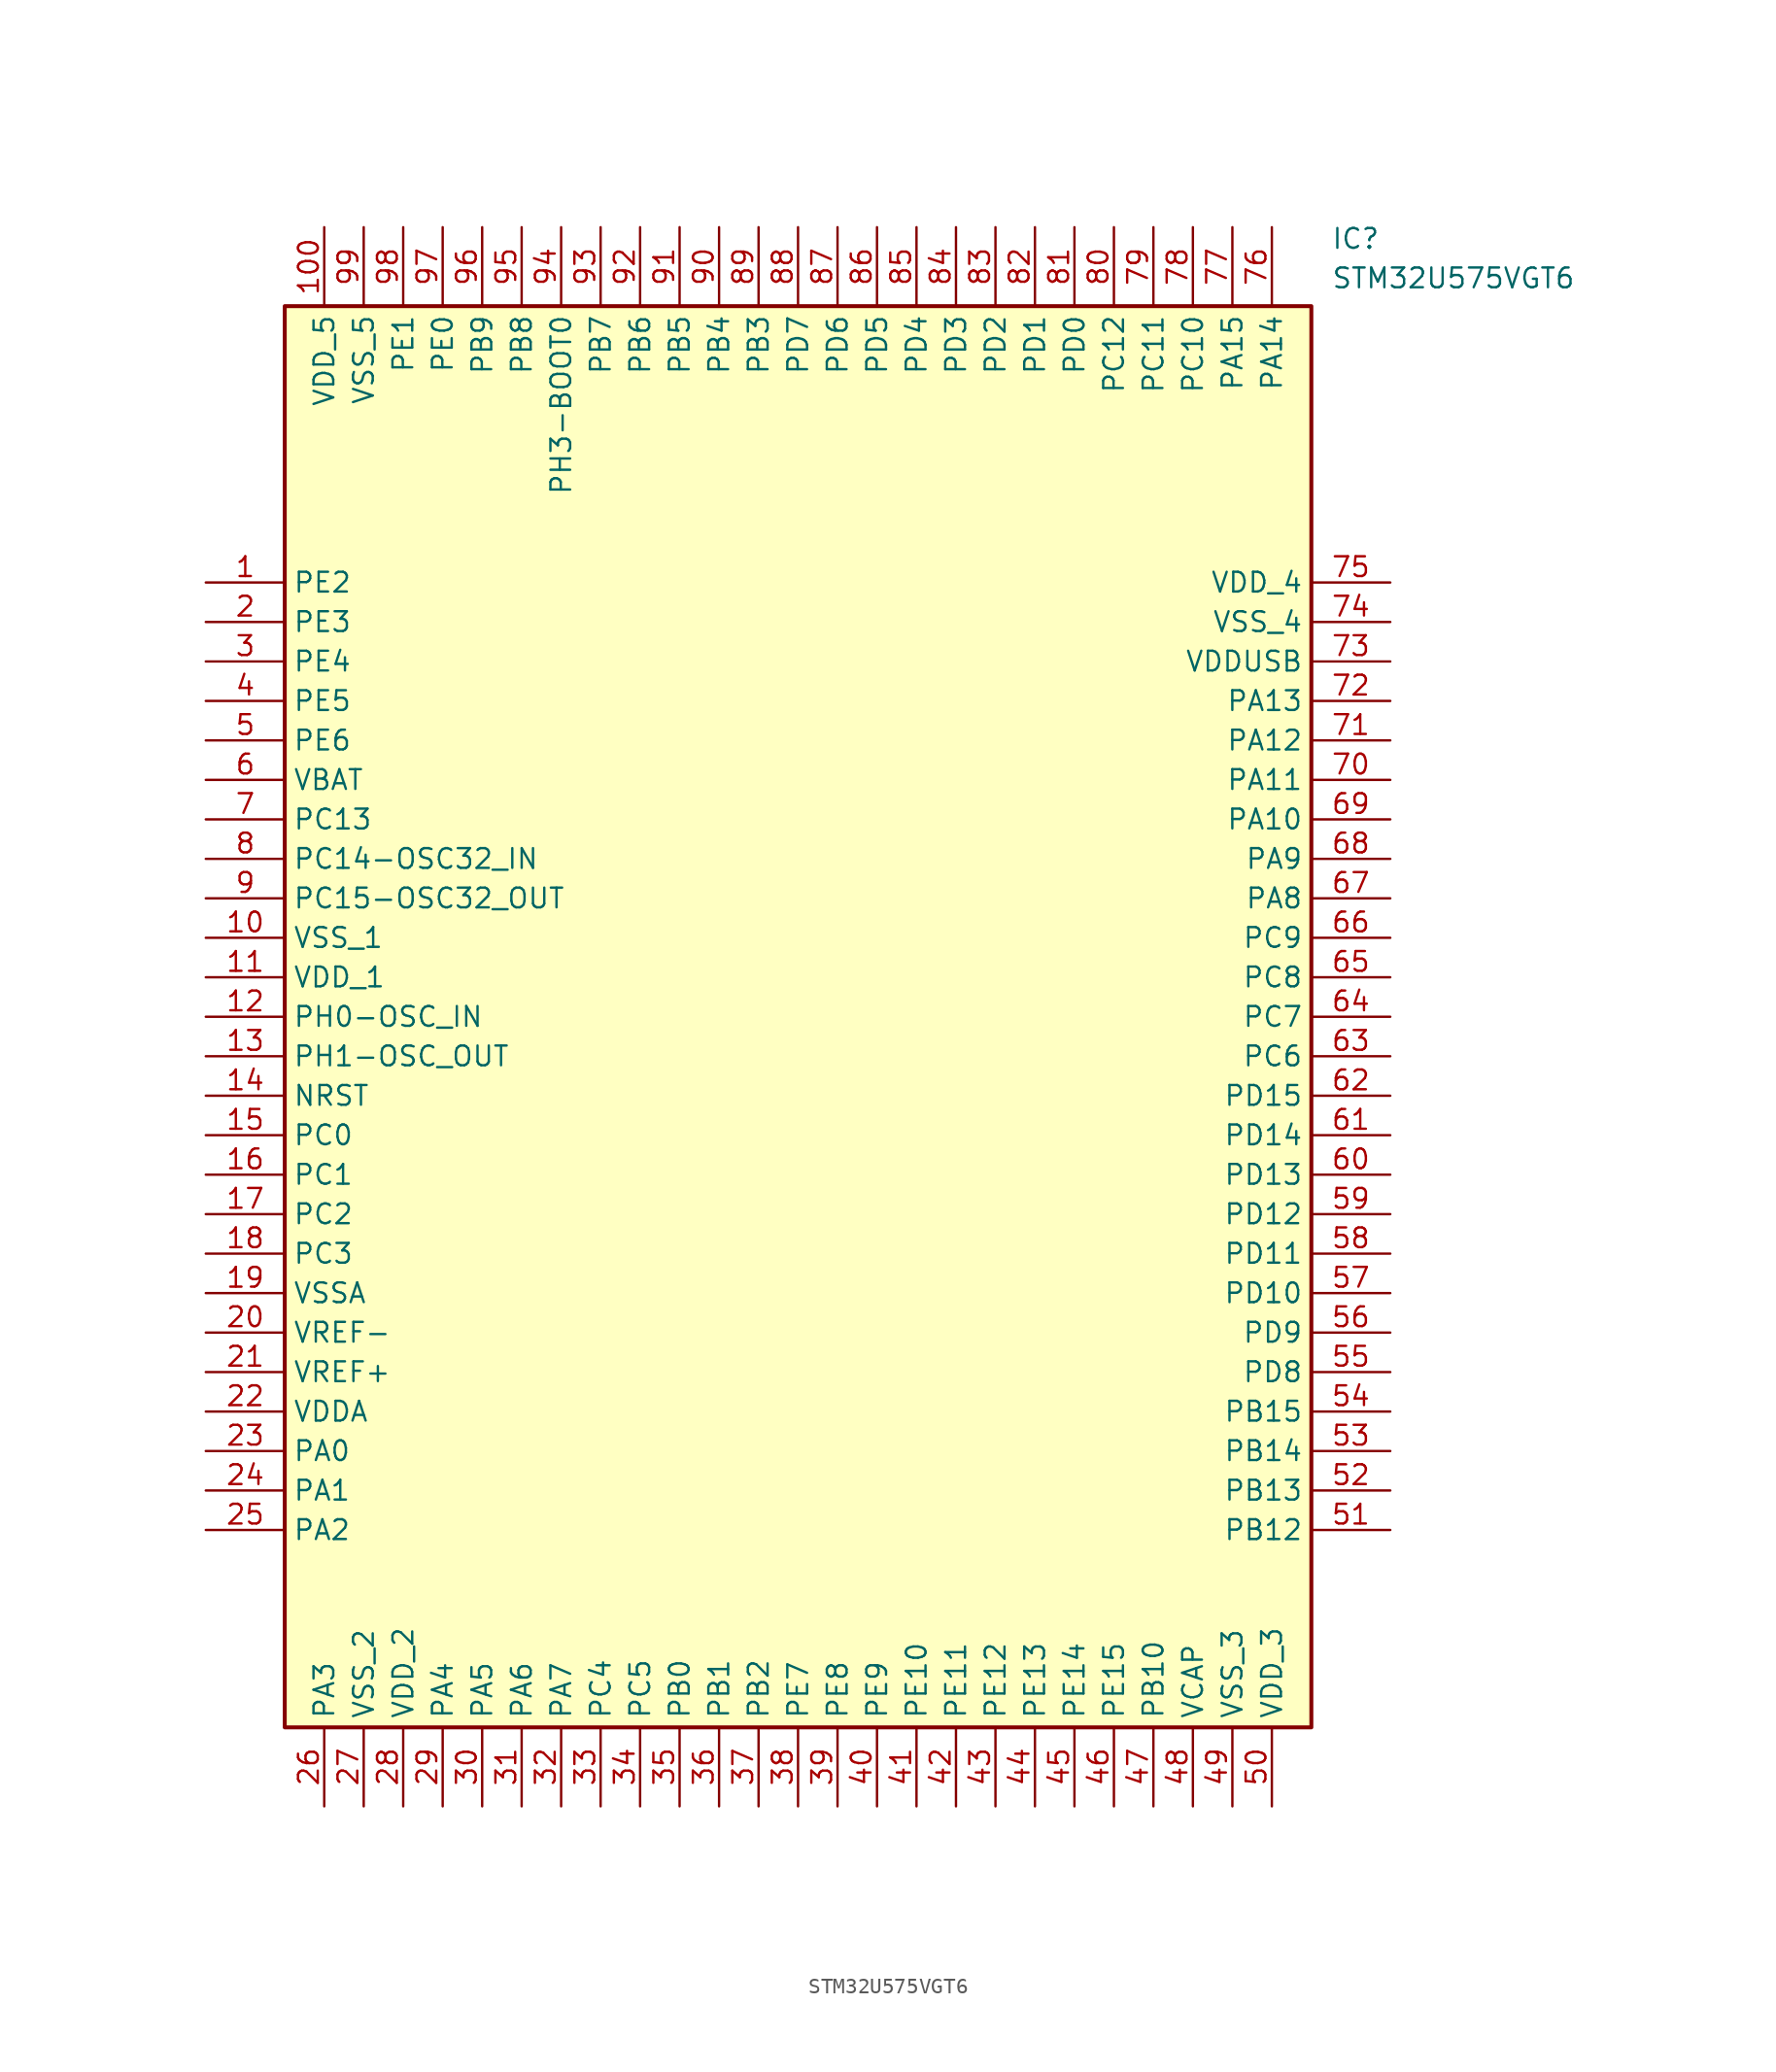
<source format=kicad_sym>
(kicad_symbol_lib
  (version 20211014)
  (generator SamacSys_ECAD_Model)
  (symbol "STM32U575VGT6"
    (property "Reference" "IC"
      (at 72.39 22.86 0)
      (effects (font (size 1.27 1.27)) (justify left top)))
    (property "Value" "STM32U575VGT6"
      (at 72.39 20.32 0)
      (effects (font (size 1.27 1.27)) (justify left top)))
    (rectangle
      (start 5.08 17.78)
      (end 71.12 -73.66)
      (stroke (width 0.254) (type default))
      (fill (type background)))
    (pin passive line
      (at 0 0 0)
      (length 5.08)
      (name "PE2" (effects (font (size 1.27 1.27))))
      (number "1" (effects (font (size 1.27 1.27)))))
    (pin passive line
      (at 0 -2.54 0)
      (length 5.08)
      (name "PE3" (effects (font (size 1.27 1.27))))
      (number "2" (effects (font (size 1.27 1.27)))))
    (pin passive line
      (at 0 -5.08 0)
      (length 5.08)
      (name "PE4" (effects (font (size 1.27 1.27))))
      (number "3" (effects (font (size 1.27 1.27)))))
    (pin passive line
      (at 0 -7.62 0)
      (length 5.08)
      (name "PE5" (effects (font (size 1.27 1.27))))
      (number "4" (effects (font (size 1.27 1.27)))))
    (pin passive line
      (at 0 -10.16 0)
      (length 5.08)
      (name "PE6" (effects (font (size 1.27 1.27))))
      (number "5" (effects (font (size 1.27 1.27)))))
    (pin passive line
      (at 0 -12.7 0)
      (length 5.08)
      (name "VBAT" (effects (font (size 1.27 1.27))))
      (number "6" (effects (font (size 1.27 1.27)))))
    (pin passive line
      (at 0 -15.24 0)
      (length 5.08)
      (name "PC13" (effects (font (size 1.27 1.27))))
      (number "7" (effects (font (size 1.27 1.27)))))
    (pin passive line
      (at 0 -17.78 0)
      (length 5.08)
      (name "PC14-OSC32_IN" (effects (font (size 1.27 1.27))))
      (number "8" (effects (font (size 1.27 1.27)))))
    (pin passive line
      (at 0 -20.32 0)
      (length 5.08)
      (name "PC15-OSC32_OUT" (effects (font (size 1.27 1.27))))
      (number "9" (effects (font (size 1.27 1.27)))))
    (pin passive line
      (at 0 -22.86 0)
      (length 5.08)
      (name "VSS_1" (effects (font (size 1.27 1.27))))
      (number "10" (effects (font (size 1.27 1.27)))))
    (pin passive line
      (at 0 -25.4 0)
      (length 5.08)
      (name "VDD_1" (effects (font (size 1.27 1.27))))
      (number "11" (effects (font (size 1.27 1.27)))))
    (pin passive line
      (at 0 -27.94 0)
      (length 5.08)
      (name "PH0-OSC_IN" (effects (font (size 1.27 1.27))))
      (number "12" (effects (font (size 1.27 1.27)))))
    (pin passive line
      (at 0 -30.48 0)
      (length 5.08)
      (name "PH1-OSC_OUT" (effects (font (size 1.27 1.27))))
      (number "13" (effects (font (size 1.27 1.27)))))
    (pin passive line
      (at 0 -33.02 0)
      (length 5.08)
      (name "NRST" (effects (font (size 1.27 1.27))))
      (number "14" (effects (font (size 1.27 1.27)))))
    (pin passive line
      (at 0 -35.56 0)
      (length 5.08)
      (name "PC0" (effects (font (size 1.27 1.27))))
      (number "15" (effects (font (size 1.27 1.27)))))
    (pin passive line
      (at 0 -38.1 0)
      (length 5.08)
      (name "PC1" (effects (font (size 1.27 1.27))))
      (number "16" (effects (font (size 1.27 1.27)))))
    (pin passive line
      (at 0 -40.64 0)
      (length 5.08)
      (name "PC2" (effects (font (size 1.27 1.27))))
      (number "17" (effects (font (size 1.27 1.27)))))
    (pin passive line
      (at 0 -43.18 0)
      (length 5.08)
      (name "PC3" (effects (font (size 1.27 1.27))))
      (number "18" (effects (font (size 1.27 1.27)))))
    (pin passive line
      (at 0 -45.72 0)
      (length 5.08)
      (name "VSSA" (effects (font (size 1.27 1.27))))
      (number "19" (effects (font (size 1.27 1.27)))))
    (pin passive line
      (at 0 -48.26 0)
      (length 5.08)
      (name "VREF-" (effects (font (size 1.27 1.27))))
      (number "20" (effects (font (size 1.27 1.27)))))
    (pin passive line
      (at 0 -50.8 0)
      (length 5.08)
      (name "VREF+" (effects (font (size 1.27 1.27))))
      (number "21" (effects (font (size 1.27 1.27)))))
    (pin passive line
      (at 0 -53.34 0)
      (length 5.08)
      (name "VDDA" (effects (font (size 1.27 1.27))))
      (number "22" (effects (font (size 1.27 1.27)))))
    (pin passive line
      (at 0 -55.88 0)
      (length 5.08)
      (name "PA0" (effects (font (size 1.27 1.27))))
      (number "23" (effects (font (size 1.27 1.27)))))
    (pin passive line
      (at 0 -58.42 0)
      (length 5.08)
      (name "PA1" (effects (font (size 1.27 1.27))))
      (number "24" (effects (font (size 1.27 1.27)))))
    (pin passive line
      (at 0 -60.96 0)
      (length 5.08)
      (name "PA2" (effects (font (size 1.27 1.27))))
      (number "25" (effects (font (size 1.27 1.27)))))
    (pin passive line
      (at 7.62 -78.74 90)
      (length 5.08)
      (name "PA3" (effects (font (size 1.27 1.27))))
      (number "26" (effects (font (size 1.27 1.27)))))
    (pin passive line
      (at 10.16 -78.74 90)
      (length 5.08)
      (name "VSS_2" (effects (font (size 1.27 1.27))))
      (number "27" (effects (font (size 1.27 1.27)))))
    (pin passive line
      (at 12.7 -78.74 90)
      (length 5.08)
      (name "VDD_2" (effects (font (size 1.27 1.27))))
      (number "28" (effects (font (size 1.27 1.27)))))
    (pin passive line
      (at 15.24 -78.74 90)
      (length 5.08)
      (name "PA4" (effects (font (size 1.27 1.27))))
      (number "29" (effects (font (size 1.27 1.27)))))
    (pin passive line
      (at 17.78 -78.74 90)
      (length 5.08)
      (name "PA5" (effects (font (size 1.27 1.27))))
      (number "30" (effects (font (size 1.27 1.27)))))
    (pin passive line
      (at 20.32 -78.74 90)
      (length 5.08)
      (name "PA6" (effects (font (size 1.27 1.27))))
      (number "31" (effects (font (size 1.27 1.27)))))
    (pin passive line
      (at 22.86 -78.74 90)
      (length 5.08)
      (name "PA7" (effects (font (size 1.27 1.27))))
      (number "32" (effects (font (size 1.27 1.27)))))
    (pin passive line
      (at 25.4 -78.74 90)
      (length 5.08)
      (name "PC4" (effects (font (size 1.27 1.27))))
      (number "33" (effects (font (size 1.27 1.27)))))
    (pin passive line
      (at 27.94 -78.74 90)
      (length 5.08)
      (name "PC5" (effects (font (size 1.27 1.27))))
      (number "34" (effects (font (size 1.27 1.27)))))
    (pin passive line
      (at 30.48 -78.74 90)
      (length 5.08)
      (name "PB0" (effects (font (size 1.27 1.27))))
      (number "35" (effects (font (size 1.27 1.27)))))
    (pin passive line
      (at 33.02 -78.74 90)
      (length 5.08)
      (name "PB1" (effects (font (size 1.27 1.27))))
      (number "36" (effects (font (size 1.27 1.27)))))
    (pin passive line
      (at 35.56 -78.74 90)
      (length 5.08)
      (name "PB2" (effects (font (size 1.27 1.27))))
      (number "37" (effects (font (size 1.27 1.27)))))
    (pin passive line
      (at 38.1 -78.74 90)
      (length 5.08)
      (name "PE7" (effects (font (size 1.27 1.27))))
      (number "38" (effects (font (size 1.27 1.27)))))
    (pin passive line
      (at 40.64 -78.74 90)
      (length 5.08)
      (name "PE8" (effects (font (size 1.27 1.27))))
      (number "39" (effects (font (size 1.27 1.27)))))
    (pin passive line
      (at 43.18 -78.74 90)
      (length 5.08)
      (name "PE9" (effects (font (size 1.27 1.27))))
      (number "40" (effects (font (size 1.27 1.27)))))
    (pin passive line
      (at 45.72 -78.74 90)
      (length 5.08)
      (name "PE10" (effects (font (size 1.27 1.27))))
      (number "41" (effects (font (size 1.27 1.27)))))
    (pin passive line
      (at 48.26 -78.74 90)
      (length 5.08)
      (name "PE11" (effects (font (size 1.27 1.27))))
      (number "42" (effects (font (size 1.27 1.27)))))
    (pin passive line
      (at 50.8 -78.74 90)
      (length 5.08)
      (name "PE12" (effects (font (size 1.27 1.27))))
      (number "43" (effects (font (size 1.27 1.27)))))
    (pin passive line
      (at 53.34 -78.74 90)
      (length 5.08)
      (name "PE13" (effects (font (size 1.27 1.27))))
      (number "44" (effects (font (size 1.27 1.27)))))
    (pin passive line
      (at 55.88 -78.74 90)
      (length 5.08)
      (name "PE14" (effects (font (size 1.27 1.27))))
      (number "45" (effects (font (size 1.27 1.27)))))
    (pin passive line
      (at 58.42 -78.74 90)
      (length 5.08)
      (name "PE15" (effects (font (size 1.27 1.27))))
      (number "46" (effects (font (size 1.27 1.27)))))
    (pin passive line
      (at 60.96 -78.74 90)
      (length 5.08)
      (name "PB10" (effects (font (size 1.27 1.27))))
      (number "47" (effects (font (size 1.27 1.27)))))
    (pin passive line
      (at 63.5 -78.74 90)
      (length 5.08)
      (name "VCAP" (effects (font (size 1.27 1.27))))
      (number "48" (effects (font (size 1.27 1.27)))))
    (pin passive line
      (at 66.04 -78.74 90)
      (length 5.08)
      (name "VSS_3" (effects (font (size 1.27 1.27))))
      (number "49" (effects (font (size 1.27 1.27)))))
    (pin passive line
      (at 68.58 -78.74 90)
      (length 5.08)
      (name "VDD_3" (effects (font (size 1.27 1.27))))
      (number "50" (effects (font (size 1.27 1.27)))))
    (pin passive line
      (at 76.2 0 180)
      (length 5.08)
      (name "VDD_4" (effects (font (size 1.27 1.27))))
      (number "75" (effects (font (size 1.27 1.27)))))
    (pin passive line
      (at 76.2 -2.54 180)
      (length 5.08)
      (name "VSS_4" (effects (font (size 1.27 1.27))))
      (number "74" (effects (font (size 1.27 1.27)))))
    (pin passive line
      (at 76.2 -5.08 180)
      (length 5.08)
      (name "VDDUSB" (effects (font (size 1.27 1.27))))
      (number "73" (effects (font (size 1.27 1.27)))))
    (pin passive line
      (at 76.2 -7.62 180)
      (length 5.08)
      (name "PA13" (effects (font (size 1.27 1.27))))
      (number "72" (effects (font (size 1.27 1.27)))))
    (pin passive line
      (at 76.2 -10.16 180)
      (length 5.08)
      (name "PA12" (effects (font (size 1.27 1.27))))
      (number "71" (effects (font (size 1.27 1.27)))))
    (pin passive line
      (at 76.2 -12.7 180)
      (length 5.08)
      (name "PA11" (effects (font (size 1.27 1.27))))
      (number "70" (effects (font (size 1.27 1.27)))))
    (pin passive line
      (at 76.2 -15.24 180)
      (length 5.08)
      (name "PA10" (effects (font (size 1.27 1.27))))
      (number "69" (effects (font (size 1.27 1.27)))))
    (pin passive line
      (at 76.2 -17.78 180)
      (length 5.08)
      (name "PA9" (effects (font (size 1.27 1.27))))
      (number "68" (effects (font (size 1.27 1.27)))))
    (pin passive line
      (at 76.2 -20.32 180)
      (length 5.08)
      (name "PA8" (effects (font (size 1.27 1.27))))
      (number "67" (effects (font (size 1.27 1.27)))))
    (pin passive line
      (at 76.2 -22.86 180)
      (length 5.08)
      (name "PC9" (effects (font (size 1.27 1.27))))
      (number "66" (effects (font (size 1.27 1.27)))))
    (pin passive line
      (at 76.2 -25.4 180)
      (length 5.08)
      (name "PC8" (effects (font (size 1.27 1.27))))
      (number "65" (effects (font (size 1.27 1.27)))))
    (pin passive line
      (at 76.2 -27.94 180)
      (length 5.08)
      (name "PC7" (effects (font (size 1.27 1.27))))
      (number "64" (effects (font (size 1.27 1.27)))))
    (pin passive line
      (at 76.2 -30.48 180)
      (length 5.08)
      (name "PC6" (effects (font (size 1.27 1.27))))
      (number "63" (effects (font (size 1.27 1.27)))))
    (pin passive line
      (at 76.2 -33.02 180)
      (length 5.08)
      (name "PD15" (effects (font (size 1.27 1.27))))
      (number "62" (effects (font (size 1.27 1.27)))))
    (pin passive line
      (at 76.2 -35.56 180)
      (length 5.08)
      (name "PD14" (effects (font (size 1.27 1.27))))
      (number "61" (effects (font (size 1.27 1.27)))))
    (pin passive line
      (at 76.2 -38.1 180)
      (length 5.08)
      (name "PD13" (effects (font (size 1.27 1.27))))
      (number "60" (effects (font (size 1.27 1.27)))))
    (pin passive line
      (at 76.2 -40.64 180)
      (length 5.08)
      (name "PD12" (effects (font (size 1.27 1.27))))
      (number "59" (effects (font (size 1.27 1.27)))))
    (pin passive line
      (at 76.2 -43.18 180)
      (length 5.08)
      (name "PD11" (effects (font (size 1.27 1.27))))
      (number "58" (effects (font (size 1.27 1.27)))))
    (pin passive line
      (at 76.2 -45.72 180)
      (length 5.08)
      (name "PD10" (effects (font (size 1.27 1.27))))
      (number "57" (effects (font (size 1.27 1.27)))))
    (pin passive line
      (at 76.2 -48.26 180)
      (length 5.08)
      (name "PD9" (effects (font (size 1.27 1.27))))
      (number "56" (effects (font (size 1.27 1.27)))))
    (pin passive line
      (at 76.2 -50.8 180)
      (length 5.08)
      (name "PD8" (effects (font (size 1.27 1.27))))
      (number "55" (effects (font (size 1.27 1.27)))))
    (pin passive line
      (at 76.2 -53.34 180)
      (length 5.08)
      (name "PB15" (effects (font (size 1.27 1.27))))
      (number "54" (effects (font (size 1.27 1.27)))))
    (pin passive line
      (at 76.2 -55.88 180)
      (length 5.08)
      (name "PB14" (effects (font (size 1.27 1.27))))
      (number "53" (effects (font (size 1.27 1.27)))))
    (pin passive line
      (at 76.2 -58.42 180)
      (length 5.08)
      (name "PB13" (effects (font (size 1.27 1.27))))
      (number "52" (effects (font (size 1.27 1.27)))))
    (pin passive line
      (at 76.2 -60.96 180)
      (length 5.08)
      (name "PB12" (effects (font (size 1.27 1.27))))
      (number "51" (effects (font (size 1.27 1.27)))))
    (pin passive line
      (at 7.62 22.86 270)
      (length 5.08)
      (name "VDD_5" (effects (font (size 1.27 1.27))))
      (number "100" (effects (font (size 1.27 1.27)))))
    (pin passive line
      (at 10.16 22.86 270)
      (length 5.08)
      (name "VSS_5" (effects (font (size 1.27 1.27))))
      (number "99" (effects (font (size 1.27 1.27)))))
    (pin passive line
      (at 12.7 22.86 270)
      (length 5.08)
      (name "PE1" (effects (font (size 1.27 1.27))))
      (number "98" (effects (font (size 1.27 1.27)))))
    (pin passive line
      (at 15.24 22.86 270)
      (length 5.08)
      (name "PE0" (effects (font (size 1.27 1.27))))
      (number "97" (effects (font (size 1.27 1.27)))))
    (pin passive line
      (at 17.78 22.86 270)
      (length 5.08)
      (name "PB9" (effects (font (size 1.27 1.27))))
      (number "96" (effects (font (size 1.27 1.27)))))
    (pin passive line
      (at 20.32 22.86 270)
      (length 5.08)
      (name "PB8" (effects (font (size 1.27 1.27))))
      (number "95" (effects (font (size 1.27 1.27)))))
    (pin passive line
      (at 22.86 22.86 270)
      (length 5.08)
      (name "PH3-BOOT0" (effects (font (size 1.27 1.27))))
      (number "94" (effects (font (size 1.27 1.27)))))
    (pin passive line
      (at 25.4 22.86 270)
      (length 5.08)
      (name "PB7" (effects (font (size 1.27 1.27))))
      (number "93" (effects (font (size 1.27 1.27)))))
    (pin passive line
      (at 27.94 22.86 270)
      (length 5.08)
      (name "PB6" (effects (font (size 1.27 1.27))))
      (number "92" (effects (font (size 1.27 1.27)))))
    (pin passive line
      (at 30.48 22.86 270)
      (length 5.08)
      (name "PB5" (effects (font (size 1.27 1.27))))
      (number "91" (effects (font (size 1.27 1.27)))))
    (pin passive line
      (at 33.02 22.86 270)
      (length 5.08)
      (name "PB4" (effects (font (size 1.27 1.27))))
      (number "90" (effects (font (size 1.27 1.27)))))
    (pin passive line
      (at 35.56 22.86 270)
      (length 5.08)
      (name "PB3" (effects (font (size 1.27 1.27))))
      (number "89" (effects (font (size 1.27 1.27)))))
    (pin passive line
      (at 38.1 22.86 270)
      (length 5.08)
      (name "PD7" (effects (font (size 1.27 1.27))))
      (number "88" (effects (font (size 1.27 1.27)))))
    (pin passive line
      (at 40.64 22.86 270)
      (length 5.08)
      (name "PD6" (effects (font (size 1.27 1.27))))
      (number "87" (effects (font (size 1.27 1.27)))))
    (pin passive line
      (at 43.18 22.86 270)
      (length 5.08)
      (name "PD5" (effects (font (size 1.27 1.27))))
      (number "86" (effects (font (size 1.27 1.27)))))
    (pin passive line
      (at 45.72 22.86 270)
      (length 5.08)
      (name "PD4" (effects (font (size 1.27 1.27))))
      (number "85" (effects (font (size 1.27 1.27)))))
    (pin passive line
      (at 48.26 22.86 270)
      (length 5.08)
      (name "PD3" (effects (font (size 1.27 1.27))))
      (number "84" (effects (font (size 1.27 1.27)))))
    (pin passive line
      (at 50.8 22.86 270)
      (length 5.08)
      (name "PD2" (effects (font (size 1.27 1.27))))
      (number "83" (effects (font (size 1.27 1.27)))))
    (pin passive line
      (at 53.34 22.86 270)
      (length 5.08)
      (name "PD1" (effects (font (size 1.27 1.27))))
      (number "82" (effects (font (size 1.27 1.27)))))
    (pin passive line
      (at 55.88 22.86 270)
      (length 5.08)
      (name "PD0" (effects (font (size 1.27 1.27))))
      (number "81" (effects (font (size 1.27 1.27)))))
    (pin passive line
      (at 58.42 22.86 270)
      (length 5.08)
      (name "PC12" (effects (font (size 1.27 1.27))))
      (number "80" (effects (font (size 1.27 1.27)))))
    (pin passive line
      (at 60.96 22.86 270)
      (length 5.08)
      (name "PC11" (effects (font (size 1.27 1.27))))
      (number "79" (effects (font (size 1.27 1.27)))))
    (pin passive line
      (at 63.5 22.86 270)
      (length 5.08)
      (name "PC10" (effects (font (size 1.27 1.27))))
      (number "78" (effects (font (size 1.27 1.27)))))
    (pin passive line
      (at 66.04 22.86 270)
      (length 5.08)
      (name "PA15" (effects (font (size 1.27 1.27))))
      (number "77" (effects (font (size 1.27 1.27)))))
    (pin passive line
      (at 68.58 22.86 270)
      (length 5.08)
      (name "PA14" (effects (font (size 1.27 1.27))))
      (number "76" (effects (font (size 1.27 1.27)))))))
</source>
